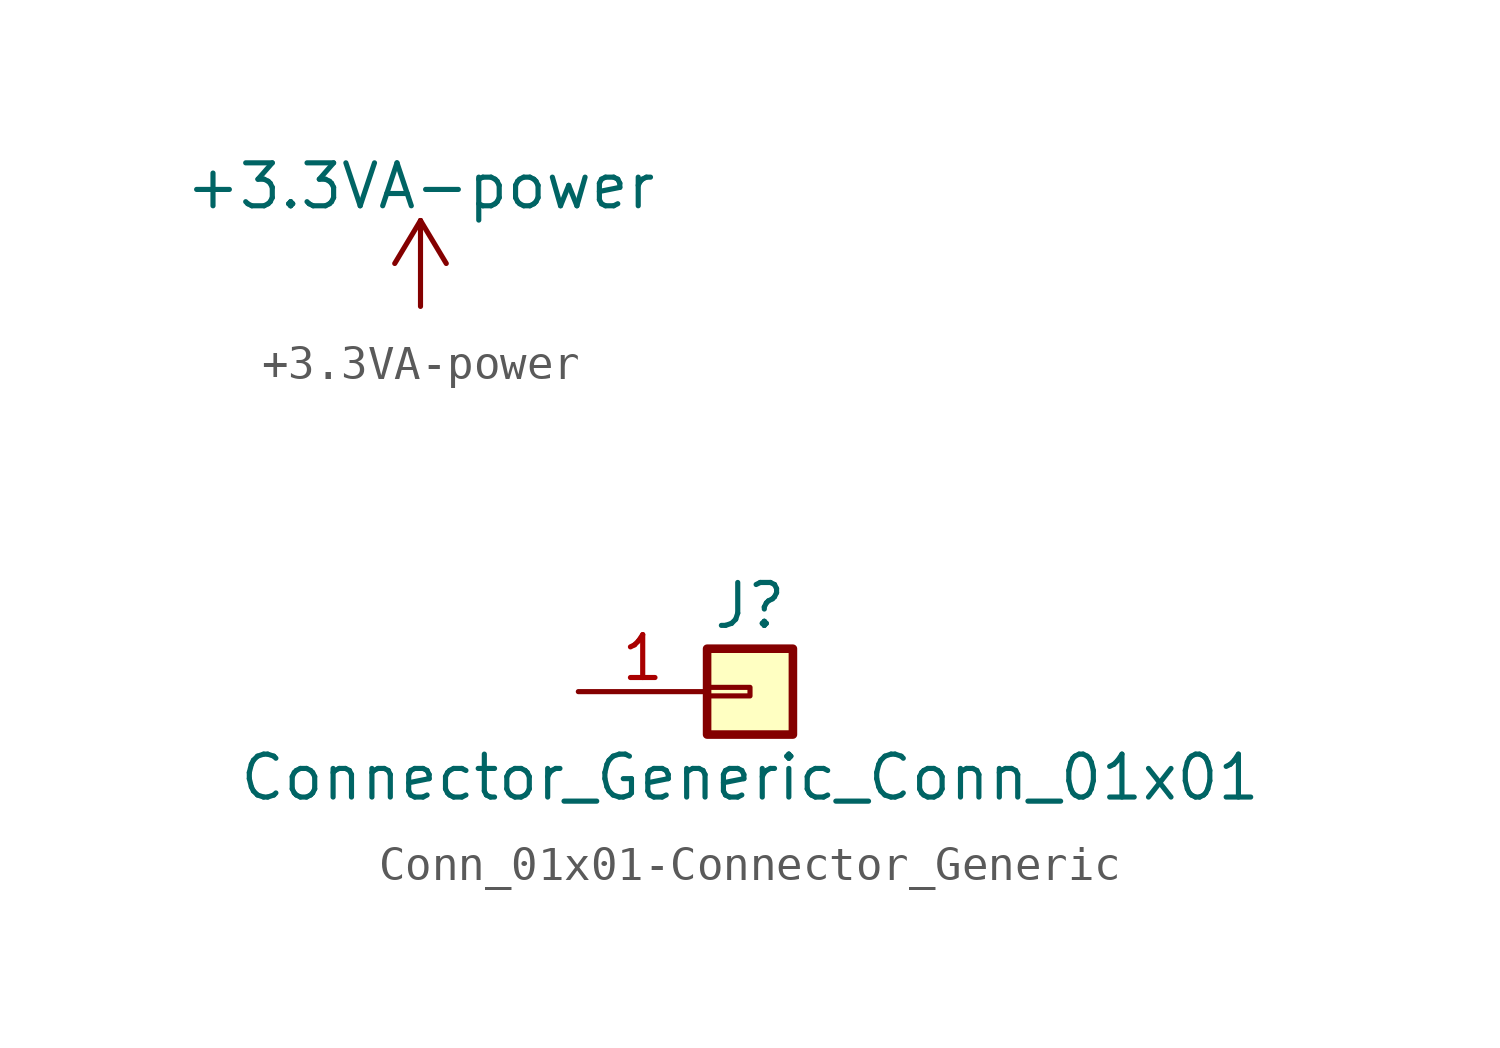
<source format=kicad_sym>
(kicad_symbol_lib
  (version 20220914)
  (generator kicad_symbol_editor)
  (symbol "+3.3VA-power"
    (power)
    (pin_names
      (offset 0))
    (property "Reference" "#PWR"
      (at 0 -3.81 0)
      (effects (font (size 1.27 1.27)) hide))
    (property "Value" "+3.3VA-power"
      (at 0 3.556 0)
      (effects (font (size 1.27 1.27))))
    (symbol "+3.3VA-power_0_1"
      (polyline (pts (xy -0.762 1.27) (xy 0 2.54)) (stroke (width 0) (type solid)) (fill (type none)))
      (polyline (pts (xy 0 0) (xy 0 2.54)) (stroke (width 0) (type solid)) (fill (type none)))
      (polyline (pts (xy 0 2.54) (xy 0.762 1.27)) (stroke (width 0) (type solid)) (fill (type none))))
    (symbol "+3.3VA-power_1_1"
      (pin power_in line (at 0 0 90) (length 0) hide (name "+3.3VA" (effects (font (size 1.27 1.27)))) (number "1" (effects (font (size 1.27 1.27)))))))
  (symbol "Conn_01x01-Connector_Generic"
    (pin_names
      (offset 1.016) hide)
    (property "Reference" "J"
      (at 0 2.54 0)
      (effects (font (size 1.27 1.27))))
    (property "Value" "Connector_Generic_Conn_01x01"
      (at 0 -2.54 0)
      (effects (font (size 1.27 1.27))))
    (symbol "Conn_01x01-Connector_Generic_1_1"
      (rectangle (start -1.27 0.127) (end 0 -0.127) (stroke (width 0.152) (type solid)) (fill (type none)))
      (rectangle (start -1.27 1.27) (end 1.27 -1.27) (stroke (width 0.254) (type solid)) (fill (type background)))
      (pin passive line (at -5.08 0 0) (length 3.81) (name "Pin_1" (effects (font (size 1.27 1.27)))) (number "1" (effects (font (size 1.27 1.27))))))))
</source>
